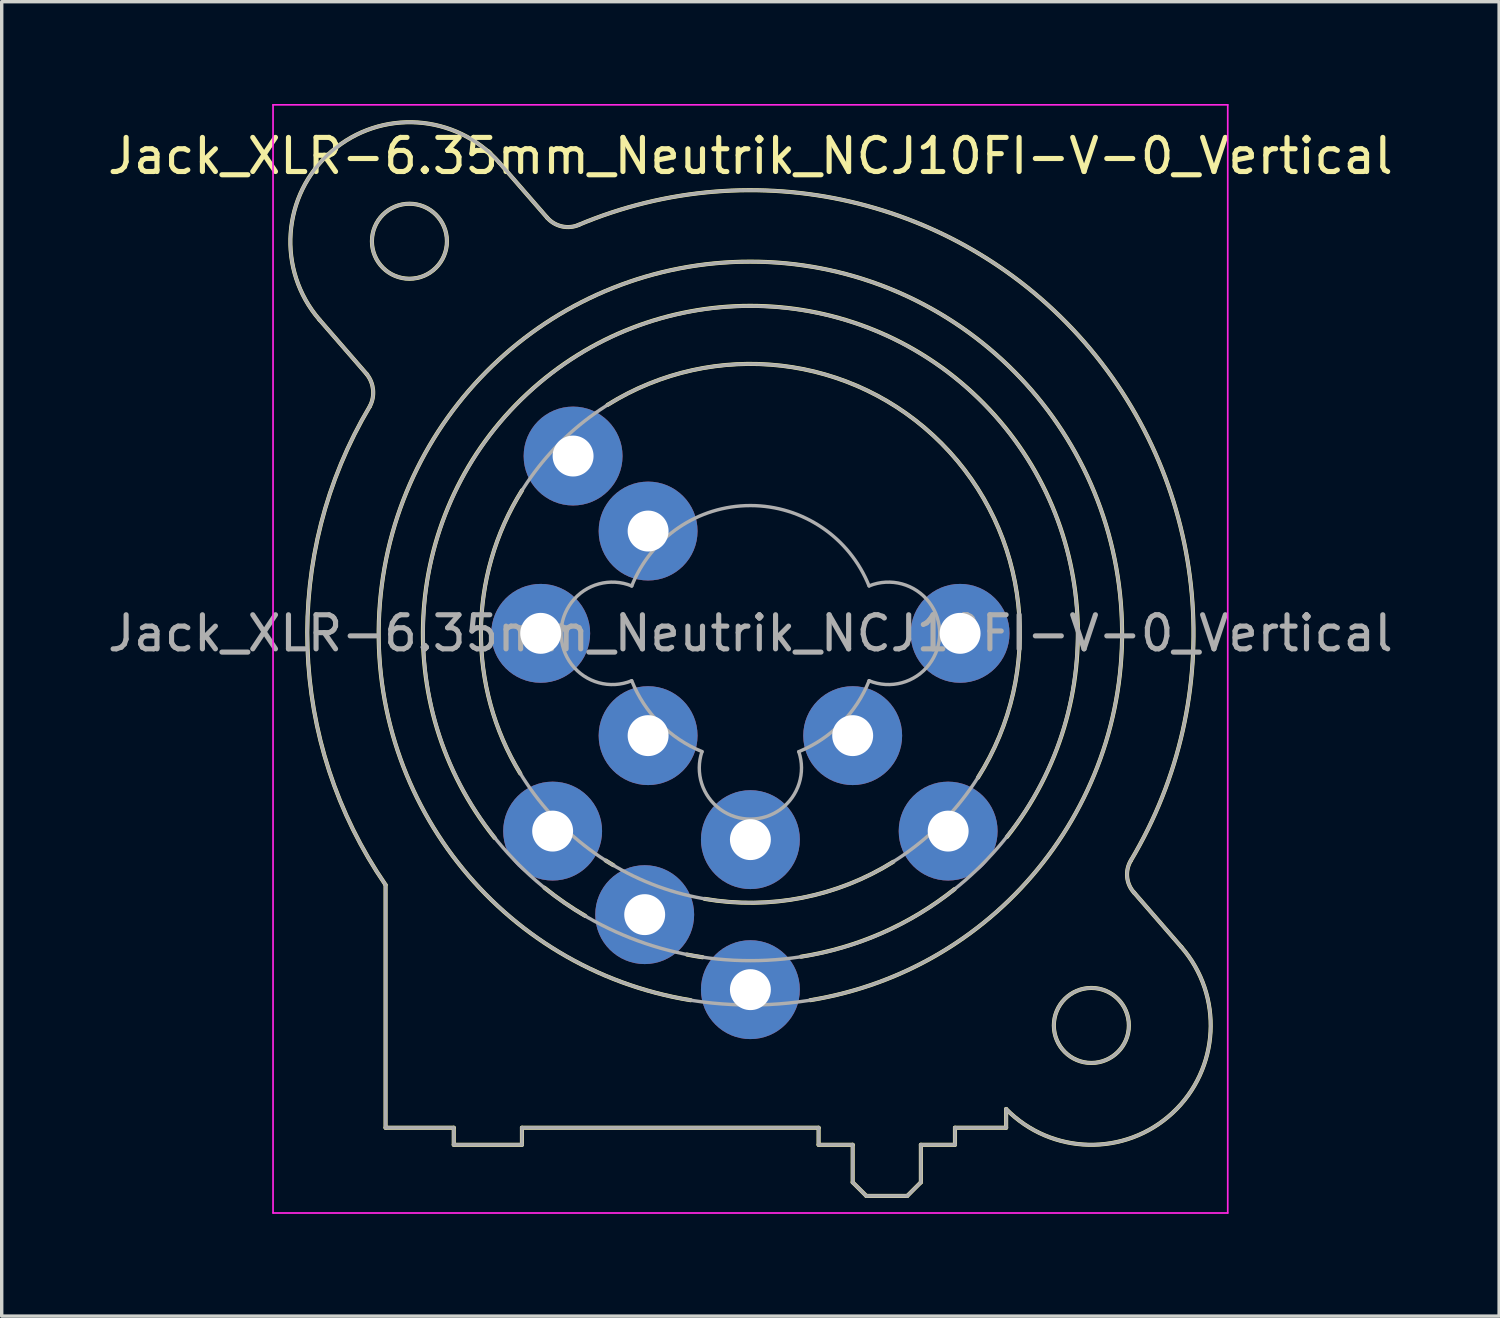
<source format=kicad_pcb>
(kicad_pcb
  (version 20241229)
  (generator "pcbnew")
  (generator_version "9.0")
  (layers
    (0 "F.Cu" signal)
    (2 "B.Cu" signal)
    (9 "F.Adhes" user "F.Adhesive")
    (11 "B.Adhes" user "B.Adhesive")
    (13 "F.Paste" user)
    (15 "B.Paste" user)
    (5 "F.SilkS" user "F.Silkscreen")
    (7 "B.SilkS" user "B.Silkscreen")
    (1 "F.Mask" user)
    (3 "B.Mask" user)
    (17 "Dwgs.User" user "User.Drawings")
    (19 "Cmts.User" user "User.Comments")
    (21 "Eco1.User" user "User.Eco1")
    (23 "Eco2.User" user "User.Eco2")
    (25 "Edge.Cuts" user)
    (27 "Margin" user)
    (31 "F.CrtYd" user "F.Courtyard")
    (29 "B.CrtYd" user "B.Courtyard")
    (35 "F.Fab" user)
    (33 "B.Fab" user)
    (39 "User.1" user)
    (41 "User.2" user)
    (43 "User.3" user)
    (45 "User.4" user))
  (footprint "Jack_XLR-6.35mm_Neutrik_NCJ10FI-V-0_Vertical"
    (layer "F.Cu")
    (at 25.108 15.525)
    (property "Reference" "Jack_XLR-6.35mm_Neutrik_NCJ10FI-V-0_Vertical" (at -6.15 -14 0) (layer "F.SilkS") (effects (font (size 1 1) (thickness 0.15))))
    (attr through_hole)
    (fp_line (start -17.4 -7.6) (end -18.79 -9.2) (stroke (width 0.12) (type solid)) (layer "F.SilkS"))
    (fp_line (start -16.85 14.5) (end -16.85 7.38) (stroke (width 0.12) (type solid)) (layer "F.SilkS"))
    (fp_line (start -14.85 14.5) (end -16.85 14.5) (stroke (width 0.12) (type solid)) (layer "F.SilkS"))
    (fp_line (start -14.85 14.5) (end -14.85 15) (stroke (width 0.12) (type solid)) (layer "F.SilkS"))
    (fp_line (start -13.51 -13.8) (end -12.11 -12.19) (stroke (width 0.12) (type solid)) (layer "F.SilkS"))
    (fp_line (start -12.85 14.5) (end -12.85 15) (stroke (width 0.12) (type solid)) (layer "F.SilkS"))
    (fp_line (start -12.85 15) (end -14.85 15) (stroke (width 0.12) (type solid)) (layer "F.SilkS"))
    (fp_line (start -4.15 14.5) (end -12.85 14.5) (stroke (width 0.12) (type solid)) (layer "F.SilkS"))
    (fp_line (start -4.15 14.5) (end -4.15 15) (stroke (width 0.12) (type solid)) (layer "F.SilkS"))
    (fp_line (start -3.15 15) (end -4.15 15) (stroke (width 0.12) (type solid)) (layer "F.SilkS"))
    (fp_line (start -3.15 15) (end -3.15 16.1) (stroke (width 0.12) (type solid)) (layer "F.SilkS"))
    (fp_line (start -3.15 16.1) (end -2.75 16.5) (stroke (width 0.12) (type solid)) (layer "F.SilkS"))
    (fp_line (start -1.55 16.5) (end -2.75 16.5) (stroke (width 0.12) (type solid)) (layer "F.SilkS"))
    (fp_line (start -1.15 15) (end -1.15 16.1) (stroke (width 0.12) (type solid)) (layer "F.SilkS"))
    (fp_line (start -1.15 16.1) (end -1.55 16.5) (stroke (width 0.12) (type solid)) (layer "F.SilkS"))
    (fp_line (start -0.15 14.5) (end -0.15 15) (stroke (width 0.12) (type solid)) (layer "F.SilkS"))
    (fp_line (start -0.15 15) (end -1.15 15) (stroke (width 0.12) (type solid)) (layer "F.SilkS"))
    (fp_line (start 1.35 13.95) (end 1.35 14.5) (stroke (width 0.12) (type solid)) (layer "F.SilkS"))
    (fp_line (start 1.35 14.5) (end -0.15 14.5) (stroke (width 0.12) (type solid)) (layer "F.SilkS"))
    (fp_line (start 5.1 7.6) (end 6.49 9.2) (stroke (width 0.12) (type solid)) (layer "F.SilkS"))
    (fp_arc (start -18.79 -9.2) (mid -18.45 -14.14) (end -13.51 -13.8) (stroke (width 0.12) (type solid)) (layer "F.SilkS"))
    (fp_arc (start -17.400452 -7.59955) (mid -17.216295 -7.14315) (end -17.31 -6.66) (stroke (width 0.12) (type solid)) (layer "F.SilkS"))
    (fp_arc (start -16.851206 7.374645) (mid -19.139261 0.42462) (end -17.31 -6.66) (stroke (width 0.12) (type solid)) (layer "F.SilkS"))
    (fp_arc (start -13.65 6) (mid -6.168408 -9.604669) (end 1.372943 5.971208) (stroke (width 0.12) (type solid)) (layer "F.SilkS"))
    (fp_arc (start -12.9 4.11) (mid -14.052663 -0.0501) (end -12.847348 -4.195251) (stroke (width 0.12) (type solid)) (layer "F.SilkS"))
    (fp_arc (start -11.201352 -11.974349) (mid 3.655031 -8.530097) (end 5.01 6.66) (stroke (width 0.12) (type solid)) (layer "F.SilkS"))
    (fp_arc (start -11.177539 -11.981856) (mid -11.677484 -11.93489) (end -12.11 -12.19) (stroke (width 0.12) (type solid)) (layer "F.SilkS"))
    (fp_arc (start -10.99 8.29) (mid -11.604845 7.89901) (end -12.188263 7.462512) (stroke (width 0.12) (type solid)) (layer "F.SilkS"))
    (fp_arc (start -10.34 -6.7) (mid -0.544787 -5.570251) (end 0.523653 4.231839) (stroke (width 0.12) (type solid)) (layer "F.SilkS"))
    (fp_arc (start -10.17 6.8) (mid -10.28219 6.732414) (end -10.393245 6.662978) (stroke (width 0.12) (type solid)) (layer "F.SilkS"))
    (fp_arc (start -7.9 10.76) (mid -6.152346 -10.90138) (end -4.395368 10.759246) (stroke (width 0.12) (type solid)) (layer "F.SilkS"))
    (fp_arc (start -7.55 9.5) (mid -7.781688 9.462959) (end -8.012401 9.420269) (stroke (width 0.12) (type solid)) (layer "F.SilkS"))
    (fp_arc (start -1.96 6.7) (mid -4.625828 7.753902) (end -7.492223 7.78746) (stroke (width 0.12) (type solid)) (layer "F.SilkS"))
    (fp_arc (start -0.16 7.5) (mid -2.282236 8.784674) (end -4.662837 9.482534) (stroke (width 0.12) (type solid)) (layer "F.SilkS"))
    (fp_arc (start 5.109394 7.611661) (mid 4.900255 7.152483) (end 5.01 6.66) (stroke (width 0.12) (type solid)) (layer "F.SilkS"))
    (fp_arc (start 6.49 9.2) (mid 6.227307 14.070606) (end 1.351052 13.95252) (stroke (width 0.12) (type solid)) (layer "F.SilkS"))
    (fp_circle (center -16.15 -11.5) (end -15.05 -11.5) (stroke (width 0.12) (type solid)) (fill no) (layer "F.SilkS"))
    (fp_circle (center 3.85 11.5) (end 4.95 11.5) (stroke (width 0.12) (type solid)) (fill no) (layer "F.SilkS"))
    (fp_line (start -20.15 -15.5) (end 7.85 -15.5) (stroke (width 0.05) (type solid)) (layer "F.CrtYd"))
    (fp_line (start -20.15 17) (end -20.15 -15.5) (stroke (width 0.05) (type solid)) (layer "F.CrtYd"))
    (fp_line (start 7.85 -15.5) (end 7.85 17) (stroke (width 0.05) (type solid)) (layer "F.CrtYd"))
    (fp_line (start 7.85 17) (end -20.15 17) (stroke (width 0.05) (type solid)) (layer "F.CrtYd"))
    (fp_line (start -17.4 -7.6) (end -18.79 -9.2) (stroke (width 0.1) (type solid)) (layer "F.Fab"))
    (fp_line (start -16.85 14.5) (end -16.85 7.38) (stroke (width 0.1) (type solid)) (layer "F.Fab"))
    (fp_line (start -14.85 14.5) (end -16.85 14.5) (stroke (width 0.1) (type solid)) (layer "F.Fab"))
    (fp_line (start -14.85 14.5) (end -14.85 15) (stroke (width 0.1) (type solid)) (layer "F.Fab"))
    (fp_line (start -13.51 -13.8) (end -12.11 -12.19) (stroke (width 0.1) (type solid)) (layer "F.Fab"))
    (fp_line (start -12.85 14.5) (end -12.85 15) (stroke (width 0.1) (type solid)) (layer "F.Fab"))
    (fp_line (start -12.85 15) (end -14.85 15) (stroke (width 0.1) (type solid)) (layer "F.Fab"))
    (fp_line (start -4.15 14.5) (end -12.85 14.5) (stroke (width 0.1) (type solid)) (layer "F.Fab"))
    (fp_line (start -4.15 14.5) (end -4.15 15) (stroke (width 0.1) (type solid)) (layer "F.Fab"))
    (fp_line (start -3.15 15) (end -4.15 15) (stroke (width 0.1) (type solid)) (layer "F.Fab"))
    (fp_line (start -3.15 15) (end -3.15 16.1) (stroke (width 0.1) (type solid)) (layer "F.Fab"))
    (fp_line (start -3.15 16.1) (end -2.75 16.5) (stroke (width 0.1) (type solid)) (layer "F.Fab"))
    (fp_line (start -1.55 16.5) (end -2.75 16.5) (stroke (width 0.1) (type solid)) (layer "F.Fab"))
    (fp_line (start -1.15 15) (end -1.15 16.1) (stroke (width 0.1) (type solid)) (layer "F.Fab"))
    (fp_line (start -1.15 16.1) (end -1.55 16.5) (stroke (width 0.1) (type solid)) (layer "F.Fab"))
    (fp_line (start -0.15 14.5) (end -0.15 15) (stroke (width 0.1) (type solid)) (layer "F.Fab"))
    (fp_line (start -0.15 15) (end -1.15 15) (stroke (width 0.1) (type solid)) (layer "F.Fab"))
    (fp_line (start 1.35 13.95) (end 1.35 14.5) (stroke (width 0.1) (type solid)) (layer "F.Fab"))
    (fp_line (start 1.35 14.5) (end -0.15 14.5) (stroke (width 0.1) (type solid)) (layer "F.Fab"))
    (fp_line (start 5.1 7.6) (end 6.49 9.2) (stroke (width 0.1) (type solid)) (layer "F.Fab"))
    (fp_arc (start -18.79 -9.2) (mid -18.45 -14.14) (end -13.51 -13.8) (stroke (width 0.1) (type solid)) (layer "F.Fab"))
    (fp_arc (start -17.400452 -7.59955) (mid -17.216295 -7.14315) (end -17.31 -6.66) (stroke (width 0.1) (type solid)) (layer "F.Fab"))
    (fp_arc (start -16.851206 7.374645) (mid -19.139261 0.42462) (end -17.31 -6.66) (stroke (width 0.1) (type solid)) (layer "F.Fab"))
    (fp_arc (start -11.201352 -11.974349) (mid 3.655031 -8.530097) (end 5.01 6.66) (stroke (width 0.1) (type solid)) (layer "F.Fab"))
    (fp_arc (start -11.177539 -11.981856) (mid -11.677484 -11.93489) (end -12.11 -12.19) (stroke (width 0.1) (type solid)) (layer "F.Fab"))
    (fp_arc (start -9.634717 1.391925) (mid -11.702329 -0.002547) (end -9.63 -1.39) (stroke (width 0.1) (type solid)) (layer "F.Fab"))
    (fp_arc (start -9.631116 -1.387204) (mid -6.151505 -3.747333) (end -2.67 -1.39) (stroke (width 0.1) (type solid)) (layer "F.Fab"))
    (fp_arc (start -7.567529 3.468878) (mid -8.810241 2.639246) (end -9.63 1.39) (stroke (width 0.1) (type solid)) (layer "F.Fab"))
    (fp_arc (start -4.729599 3.471189) (mid -6.150627 5.448932) (end -7.57 3.47) (stroke (width 0.1) (type solid)) (layer "F.Fab"))
    (fp_arc (start -2.667476 1.389002) (mid -3.487046 2.639314) (end -4.73 3.47) (stroke (width 0.1) (type solid)) (layer "F.Fab"))
    (fp_arc (start -2.665283 -1.391925) (mid -0.597671 0.002547) (end -2.67 1.39) (stroke (width 0.1) (type solid)) (layer "F.Fab"))
    (fp_arc (start 5.109394 7.611661) (mid 4.900255 7.152483) (end 5.01 6.66) (stroke (width 0.1) (type solid)) (layer "F.Fab"))
    (fp_arc (start 6.49 9.2) (mid 6.227307 14.070606) (end 1.351052 13.95252) (stroke (width 0.1) (type solid)) (layer "F.Fab"))
    (fp_circle (center -16.15 -11.5) (end -15.05 -11.5) (stroke (width 0.1) (type solid)) (fill no) (layer "F.Fab"))
    (fp_circle (center -6.15 0) (end 1.75 0) (stroke (width 0.1) (type solid)) (fill no) (layer "F.Fab"))
    (fp_circle (center -6.15 0) (end 3.45 0) (stroke (width 0.1) (type solid)) (fill no) (layer "F.Fab"))
    (fp_circle (center -6.15 0) (end 4.75 0) (stroke (width 0.1) (type solid)) (fill no) (layer "F.Fab"))
    (fp_circle (center 3.85 11.5) (end 4.95 11.5) (stroke (width 0.1) (type solid)) (fill no) (layer "F.Fab"))
    (fp_text user "${REFERENCE}" (at -6.15 0 0) (layer "F.Fab") (effects (font (size 1 1) (thickness 0.15))))
    (pad "1" thru_hole circle (at 0 0) (size 2.9 2.9) (drill 1.2) (layers "*.Cu" "*.Mask"))
    (pad "2" thru_hole circle (at -12.3 0) (size 2.9 2.9) (drill 1.2) (layers "*.Cu" "*.Mask"))
    (pad "3" thru_hole circle (at -6.15 6.05) (size 2.9 2.9) (drill 1.2) (layers "*.Cu" "*.Mask"))
    (pad "G" thru_hole circle (at -6.15 10.45) (size 2.9 2.9) (drill 1.2) (layers "*.Cu" "*.Mask"))
    (pad "GN" thru_hole circle (at -9.25 8.25) (size 2.9 2.9) (drill 1.2) (layers "*.Cu" "*.Mask"))
    (pad "R" thru_hole circle (at -0.35 5.8) (size 2.9 2.9) (drill 1.2) (layers "*.Cu" "*.Mask"))
    (pad "RN" thru_hole circle (at -3.15 3) (size 2.9 2.9) (drill 1.2) (layers "*.Cu" "*.Mask"))
    (pad "S" thru_hole circle (at -11.95 5.8) (size 2.9 2.9) (drill 1.2) (layers "*.Cu" "*.Mask"))
    (pad "SN" thru_hole circle (at -9.15 3) (size 2.9 2.9) (drill 1.2) (layers "*.Cu" "*.Mask"))
    (pad "T" thru_hole circle (at -11.35 -5.2) (size 2.9 2.9) (drill 1.2) (layers "*.Cu" "*.Mask"))
    (pad "TN" thru_hole circle (at -9.15 -3) (size 2.9 2.9) (drill 1.2) (layers "*.Cu" "*.Mask")))
  (gr_rect
    (start -3 -3)
    (end 40.917 35.55)
    (stroke (width 0.1) (type default))
    (fill no)
    (layer "Edge.Cuts")))
</source>
